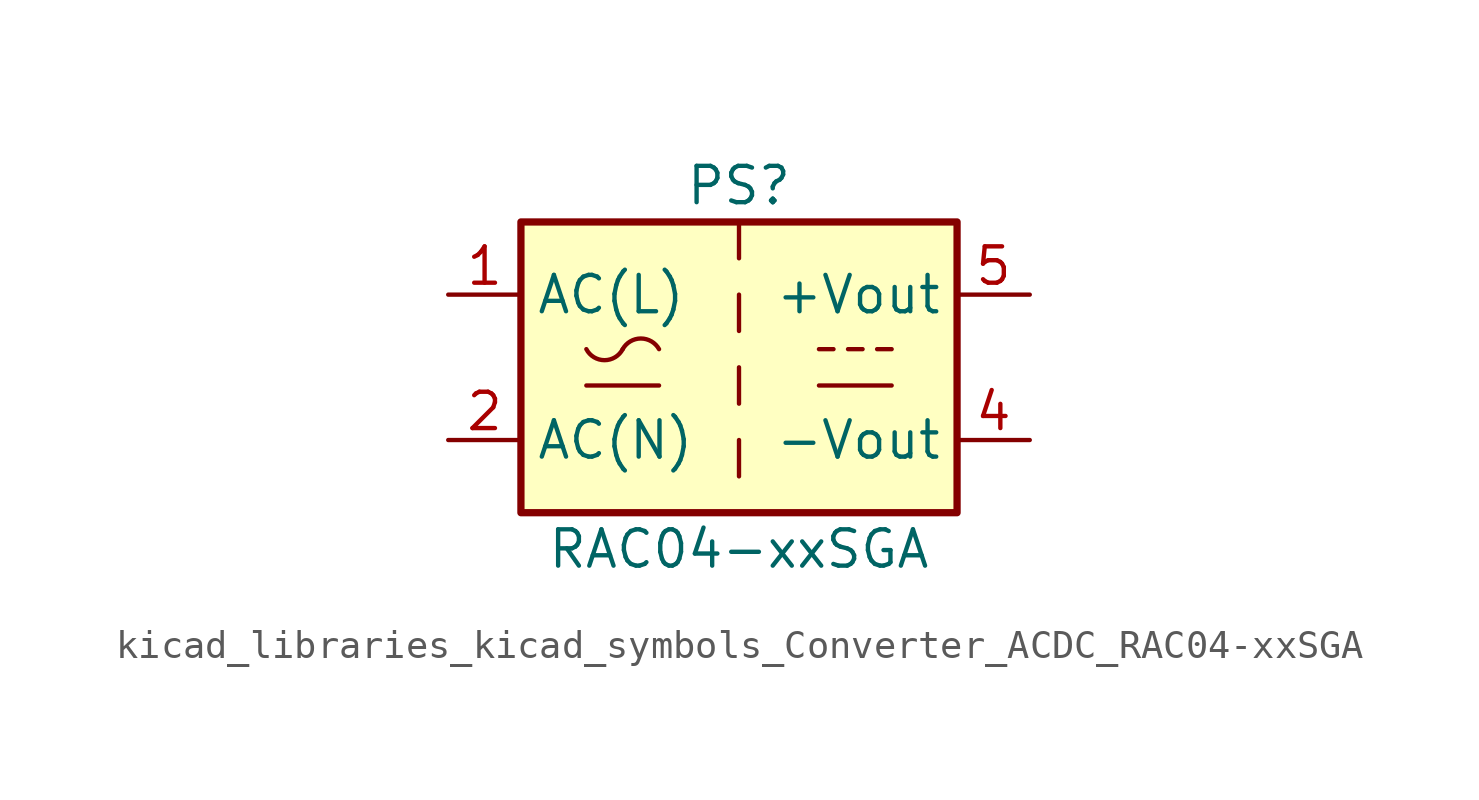
<source format=kicad_sym>
(kicad_symbol_lib
  (version 20220914)
  (generator kicad_symbol_editor)
  (symbol "kicad_libraries_kicad_symbols_Converter_ACDC_RAC04-xxSGA"
    (property "Reference" "PS"
      (at 0 6.35 0)
      (effects (font (size 1.27 1.27))))
    (property "Value" "RAC04-xxSGA"
      (at 0 -6.35 0)
      (effects (font (size 1.27 1.27))))
    (symbol "kicad_libraries_kicad_symbols_Converter_ACDC_RAC04-xxSGA_1_1"
      (rectangle (start -7.62 5.08) (end 7.62 -5.08) (stroke (width 0.254) (type default)) (fill (type background)))
      (arc (start -5.334 0.635) (mid -4.699 0.2495) (end -4.064 0.635) (stroke (width 0) (type default)) (fill (type none)))
      (arc (start -2.794 0.635) (mid -3.429 1.0072) (end -4.064 0.635) (stroke (width 0) (type default)) (fill (type none)))
      (polyline (pts (xy -5.334 -0.635) (xy -2.794 -0.635)) (stroke (width 0) (type default)) (fill (type none)))
      (polyline (pts (xy 0 -2.54) (xy 0 -3.81)) (stroke (width 0) (type default)) (fill (type none)))
      (polyline (pts (xy 0 0) (xy 0 -1.27)) (stroke (width 0) (type default)) (fill (type none)))
      (polyline (pts (xy 0 2.54) (xy 0 1.27)) (stroke (width 0) (type default)) (fill (type none)))
      (polyline (pts (xy 0 5.08) (xy 0 3.81)) (stroke (width 0) (type default)) (fill (type none)))
      (polyline (pts (xy 2.794 -0.635) (xy 5.334 -0.635)) (stroke (width 0) (type default)) (fill (type none)))
      (polyline (pts (xy 2.794 0.635) (xy 3.302 0.635)) (stroke (width 0) (type default)) (fill (type none)))
      (polyline (pts (xy 3.81 0.635) (xy 4.318 0.635)) (stroke (width 0) (type default)) (fill (type none)))
      (polyline (pts (xy 4.826 0.635) (xy 5.334 0.635)) (stroke (width 0) (type default)) (fill (type none)))
      (pin power_in line (at -10.16 2.54 0) (length 2.54) (name "AC(L)" (effects (font (size 1.27 1.27)))) (number "1" (effects (font (size 1.27 1.27)))))
      (pin power_in line (at -10.16 -2.54 0) (length 2.54) (name "AC(N)" (effects (font (size 1.27 1.27)))) (number "2" (effects (font (size 1.27 1.27)))))
      (pin no_connect line (at 7.62 0 180) (length 2.54) hide (name "NC" (effects (font (size 1.27 1.27)))) (number "3" (effects (font (size 1.27 1.27)))))
      (pin power_out line (at 10.16 -2.54 180) (length 2.54) (name "-Vout" (effects (font (size 1.27 1.27)))) (number "4" (effects (font (size 1.27 1.27)))))
      (pin power_out line (at 10.16 2.54 180) (length 2.54) (name "+Vout" (effects (font (size 1.27 1.27)))) (number "5" (effects (font (size 1.27 1.27))))))))
</source>
